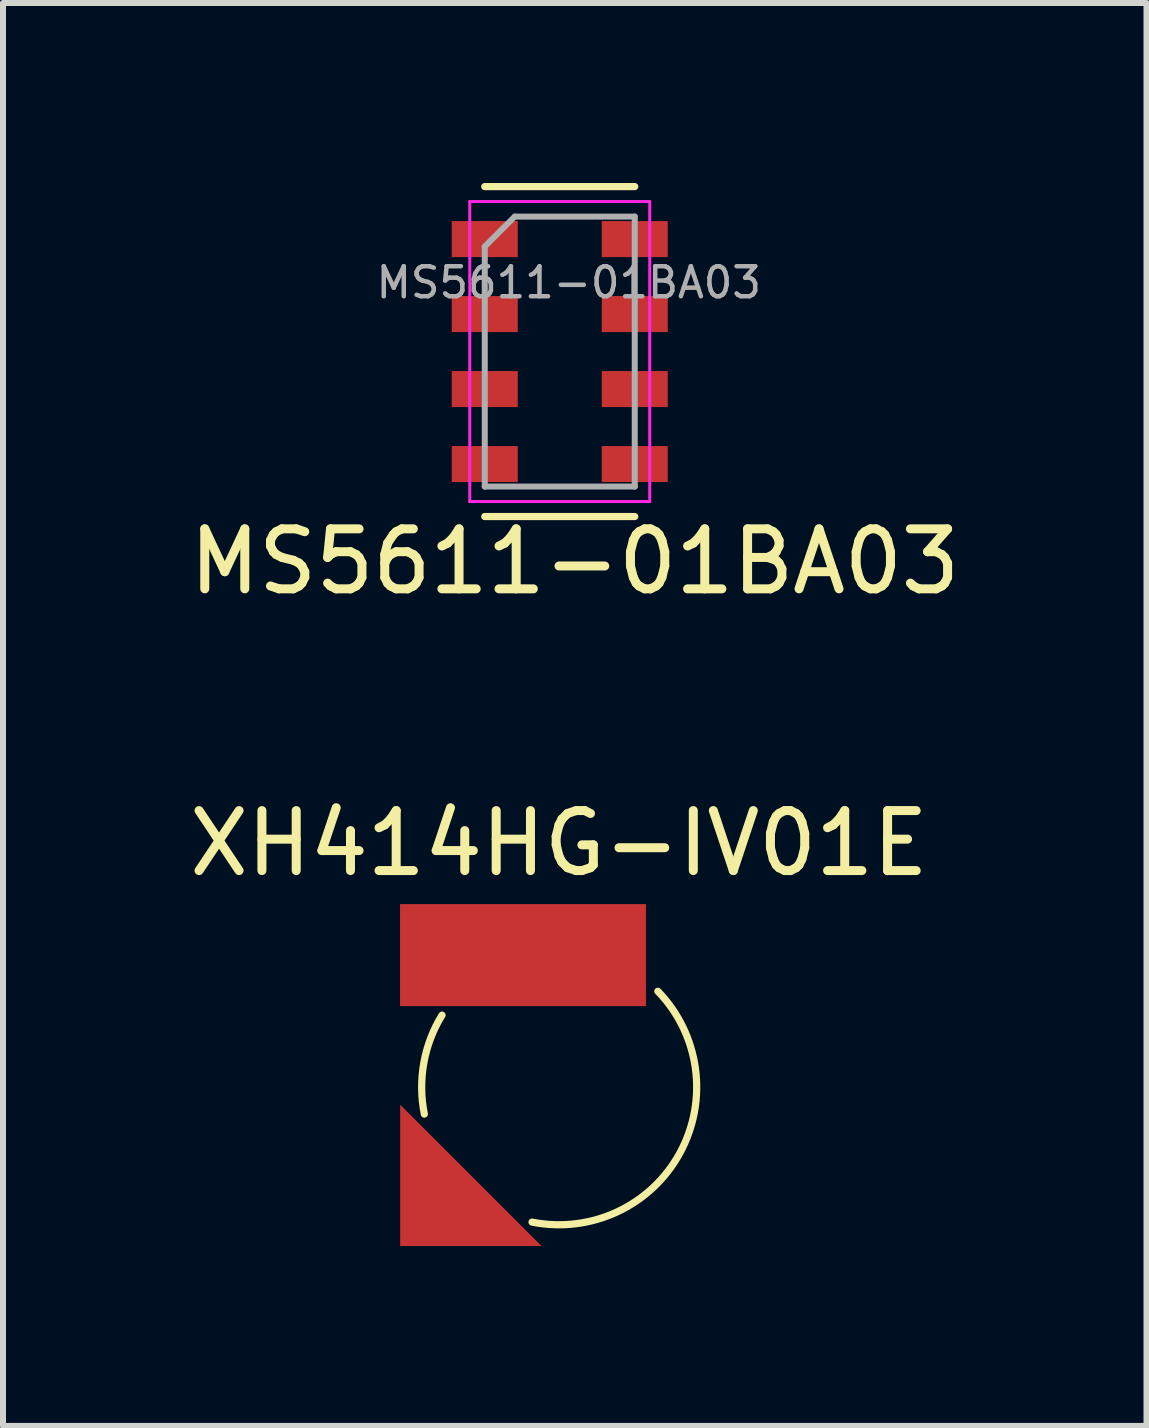
<source format=kicad_pcb>
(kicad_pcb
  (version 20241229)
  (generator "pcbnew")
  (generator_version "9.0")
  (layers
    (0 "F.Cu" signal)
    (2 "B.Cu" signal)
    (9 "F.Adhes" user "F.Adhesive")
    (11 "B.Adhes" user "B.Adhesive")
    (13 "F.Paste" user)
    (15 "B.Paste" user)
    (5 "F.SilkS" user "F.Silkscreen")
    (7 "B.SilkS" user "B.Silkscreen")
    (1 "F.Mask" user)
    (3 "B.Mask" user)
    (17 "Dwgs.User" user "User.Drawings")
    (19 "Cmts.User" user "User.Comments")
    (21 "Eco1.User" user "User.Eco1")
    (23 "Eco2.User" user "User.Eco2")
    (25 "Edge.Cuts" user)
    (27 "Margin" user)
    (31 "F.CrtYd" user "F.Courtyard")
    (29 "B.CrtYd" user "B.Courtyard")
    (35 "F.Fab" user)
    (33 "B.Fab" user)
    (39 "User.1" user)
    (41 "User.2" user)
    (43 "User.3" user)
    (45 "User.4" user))
  (footprint "XH414HG-IV01E"
    (layer "F.Cu")
    (at 6.268 15.07)
    (property "Reference" "XH414HG-IV01E" (at 0 -4.064 0) (layer "F.SilkS") (effects (font (size 1 1) (thickness 0.15))))
    (attr through_hole)
    (fp_arc (start -2.245 0.449963) (mid -2.253907 -0.402982) (end -1.949999 -1.199999) (stroke (width 0.12) (type solid)) (layer "F.SilkS"))
    (fp_arc (start 1.647264 -1.597347) (mid 2.014666 1.098234) (end -0.449999 2.249999) (stroke (width 0.12) (type solid)) (layer "F.SilkS"))
    (pad "1" smd custom (at -2.223 2.223) (size 0.85 0.85) (layers "F.Cu" "F.Mask" "F.Paste") (options (anchor rect)) (primitives (gr_poly (pts (xy -0.425 0.425) (xy 1.93 0.425) (xy -0.425 -1.93)) (width 0) (fill yes))))
    (pad "2" smd rect (at -0.6 -2.2) (size 4.1 1.7) (layers "F.Cu" "F.Mask" "F.Paste")))
  (footprint "MS5611-01BA03"
    (layer "F.Cu")
    (at 4.78 0.31)
    (property "Reference" "MS5611-01BA03" (at 1.75 6 0) (layer "F.SilkS") (effects (font (size 1 1) (thickness 0.15))))
    (attr through_hole)
    (fp_line (start 0.25 -0.25) (end 2.75 -0.25) (stroke (width 0.12) (type solid)) (layer "F.SilkS"))
    (fp_line (start 0.25 5.25) (end 2.75 5.25) (stroke (width 0.12) (type solid)) (layer "F.SilkS"))
    (fp_line (start 0 0) (end 0 5) (stroke (width 0.05) (type solid)) (layer "F.CrtYd"))
    (fp_line (start 0 0) (end 3 0) (stroke (width 0.05) (type solid)) (layer "F.CrtYd"))
    (fp_line (start 3 5) (end 0 5) (stroke (width 0.05) (type solid)) (layer "F.CrtYd"))
    (fp_line (start 3 5) (end 3 0) (stroke (width 0.05) (type solid)) (layer "F.CrtYd"))
    (fp_line (start 0.25 0.75) (end 0.75 0.25) (stroke (width 0.1) (type solid)) (layer "F.Fab"))
    (fp_line (start 0.25 4.75) (end 0.25 0.75) (stroke (width 0.1) (type solid)) (layer "F.Fab"))
    (fp_line (start 0.75 0.25) (end 2.75 0.25) (stroke (width 0.1) (type solid)) (layer "F.Fab"))
    (fp_line (start 2.75 0.25) (end 2.75 4.75) (stroke (width 0.1) (type solid)) (layer "F.Fab"))
    (fp_line (start 2.75 4.75) (end 0.25 4.75) (stroke (width 0.1) (type solid)) (layer "F.Fab"))
    (fp_text user "${REFERENCE}" (at 1.65 1.35 0) (layer "F.Fab") (effects (font (size 0.5 0.5) (thickness 0.075))))
    (pad "1" smd rect (at 0.25 0.625) (size 1.1 0.6) (layers "F.Cu" "F.Mask" "F.Paste"))
    (pad "2" smd rect (at 0.25 1.875) (size 1.1 0.6) (layers "F.Cu" "F.Mask" "F.Paste"))
    (pad "3" smd rect (at 0.25 3.125) (size 1.1 0.6) (layers "F.Cu" "F.Mask" "F.Paste"))
    (pad "4" smd rect (at 0.25 4.375) (size 1.1 0.6) (layers "F.Cu" "F.Mask" "F.Paste"))
    (pad "5" smd rect (at 2.75 4.375) (size 1.1 0.6) (layers "F.Cu" "F.Mask" "F.Paste"))
    (pad "6" smd rect (at 2.75 3.125) (size 1.1 0.6) (layers "F.Cu" "F.Mask" "F.Paste"))
    (pad "7" smd rect (at 2.75 1.875) (size 1.1 0.6) (layers "F.Cu" "F.Mask" "F.Paste"))
    (pad "8" smd rect (at 2.75 0.625) (size 1.1 0.6) (layers "F.Cu" "F.Mask" "F.Paste")))
  (gr_rect
    (start -3 -3)
    (end 16.06 20.718)
    (stroke (width 0.1) (type default))
    (fill no)
    (layer "Edge.Cuts")))
</source>
